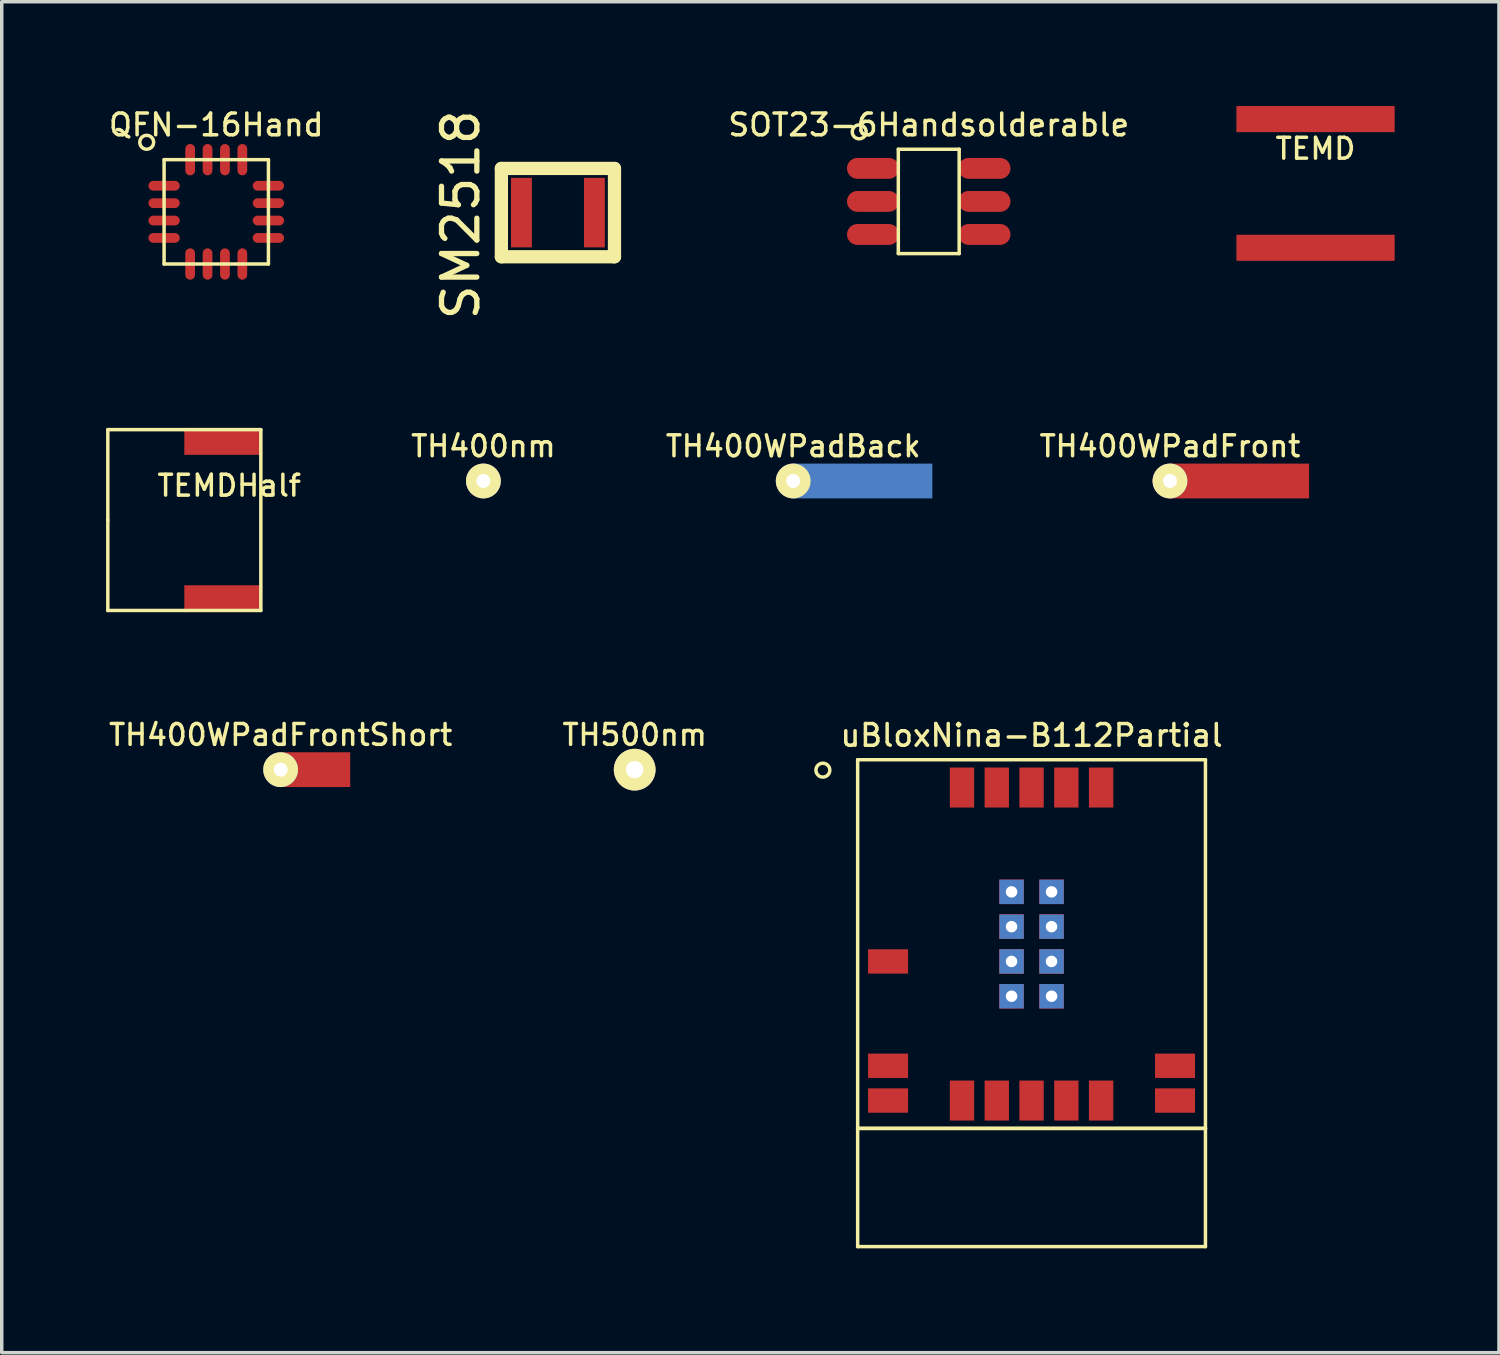
<source format=kicad_pcb>
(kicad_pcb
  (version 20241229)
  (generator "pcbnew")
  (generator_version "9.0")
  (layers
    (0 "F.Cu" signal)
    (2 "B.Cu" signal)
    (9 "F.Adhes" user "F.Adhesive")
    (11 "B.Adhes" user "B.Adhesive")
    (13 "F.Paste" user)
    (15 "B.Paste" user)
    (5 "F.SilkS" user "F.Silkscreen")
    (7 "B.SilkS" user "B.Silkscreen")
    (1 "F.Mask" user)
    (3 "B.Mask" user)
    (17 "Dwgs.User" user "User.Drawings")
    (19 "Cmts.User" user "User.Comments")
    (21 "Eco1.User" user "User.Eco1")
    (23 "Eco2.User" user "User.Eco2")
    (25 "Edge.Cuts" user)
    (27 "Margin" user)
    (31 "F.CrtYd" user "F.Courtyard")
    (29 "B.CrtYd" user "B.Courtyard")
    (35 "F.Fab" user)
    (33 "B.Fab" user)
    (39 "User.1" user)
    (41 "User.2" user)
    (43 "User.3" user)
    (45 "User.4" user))
  (footprint "TEMD"
    (layer "F.Cu")
    (at 34.775 2.225)
    (property "Reference" "TEMD" (at 0 -1 0) (layer "F.SilkS") (effects (font (size 0.6 0.6) (thickness 0.1))))
    (attr through_hole)
    (pad "1" smd rect (at 0 -1.85) (size 4.55 0.75) (layers "F.Cu" "F.Mask" "F.Paste"))
    (pad "2" smd rect (at 0 1.85) (size 4.55 0.75) (layers "F.Cu" "F.Mask" "F.Paste")))
  (footprint "TEMDHalf"
    (layer "F.Cu")
    (at 2.25 11.903)
    (property "Reference" "TEMDHalf" (at 1.29 -0.99 0) (layer "F.SilkS") (effects (font (size 0.6 0.6) (thickness 0.1))))
    (attr through_hole)
    (fp_line (start -2.2 -2.6) (end 2.2 -2.6) (stroke (width 0.1) (type solid)) (layer "F.SilkS"))
    (fp_line (start -2.2 0) (end -2.2 -2.6) (stroke (width 0.1) (type solid)) (layer "F.SilkS"))
    (fp_line (start -2.2 2.6) (end -2.2 0) (stroke (width 0.1) (type solid)) (layer "F.SilkS"))
    (fp_line (start 2.2 -2.6) (end 2.2 2.6) (stroke (width 0.1) (type solid)) (layer "F.SilkS"))
    (fp_line (start 2.2 2.6) (end -2.2 2.6) (stroke (width 0.1) (type solid)) (layer "F.SilkS"))
    (pad "1" smd rect (at 1.1 -2.25) (size 2.2 0.75) (layers "F.Cu" "F.Mask" "F.Paste"))
    (pad "2" smd rect (at 1.1 2.25) (size 2.2 0.75) (layers "F.Cu" "F.Mask" "F.Paste")))
  (footprint "uBloxNina-B112Partial"
    (layer "F.Cu")
    (at 26.61 24.094)
    (property "Reference" "uBloxNina-B112Partial" (at 0 -6 0) (layer "F.SilkS") (effects (font (size 0.625 0.625) (thickness 0.1))))
    (attr through_hole)
    (fp_line (start -5 -5.3) (end -5 5.3) (stroke (width 0.1) (type solid)) (layer "F.SilkS"))
    (fp_line (start -5 5.3) (end -5 8.7) (stroke (width 0.1) (type solid)) (layer "F.SilkS"))
    (fp_line (start -5 5.3) (end 5 5.3) (stroke (width 0.1) (type solid)) (layer "F.SilkS"))
    (fp_line (start -5 8.7) (end 5 8.7) (stroke (width 0.1) (type solid)) (layer "F.SilkS"))
    (fp_line (start 5 -5.3) (end -5 -5.3) (stroke (width 0.1) (type solid)) (layer "F.SilkS"))
    (fp_line (start 5 5.3) (end -5 5.3) (stroke (width 0.1) (type solid)) (layer "F.SilkS"))
    (fp_line (start 5 5.3) (end 5 -5.3) (stroke (width 0.1) (type solid)) (layer "F.SilkS"))
    (fp_line (start 5 8.7) (end 5 5.3) (stroke (width 0.1) (type solid)) (layer "F.SilkS"))
    (fp_circle (center -6 -5) (end -5.859 -4.859) (stroke (width 0.1) (type solid)) (fill no) (layer "F.SilkS"))
    (pad "1" smd rect (at -4.125 3.5 180) (size 1.15 0.7) (layers "F.Cu" "F.Mask" "F.Paste"))
    (pad "2" smd rect (at -4.125 4.5 180) (size 1.15 0.7) (layers "F.Cu" "F.Mask" "F.Paste"))
    (pad "3" smd rect (at 4.125 4.5) (size 1.15 0.7) (layers "F.Cu" "F.Mask" "F.Paste"))
    (pad "4" smd rect (at 4.125 3.5) (size 1.15 0.7) (layers "F.Cu" "F.Mask" "F.Paste"))
    (pad "5" smd rect (at -2 4.5 270) (size 1.15 0.7) (layers "F.Cu" "F.Mask" "F.Paste"))
    (pad "7" smd rect (at 0 4.5 270) (size 1.15 0.7) (layers "F.Cu" "F.Mask" "F.Paste"))
    (pad "9" smd rect (at 2 4.5 270) (size 1.15 0.7) (layers "F.Cu" "F.Mask" "F.Paste"))
    (pad "11" smd rect (at 1 -4.5 90) (size 1.15 0.7) (layers "F.Cu" "F.Mask" "F.Paste"))
    (pad "12" smd rect (at 0 -4.5 90) (size 1.15 0.7) (layers "F.Cu" "F.Mask" "F.Paste"))
    (pad "13" smd rect (at -1 -4.5 90) (size 1.15 0.7) (layers "F.Cu" "F.Mask" "F.Paste"))
    (pad "15" smd rect (at -4.125 0.5) (size 1.15 0.7) (layers "F.Cu" "F.Mask" "F.Paste"))
    (pad "15" smd rect (at -2 -4.5 90) (size 1.15 0.7) (layers "F.Cu" "F.Mask" "F.Paste"))
    (pad "15" smd rect (at -1 4.5 270) (size 1.15 0.7) (layers "F.Cu" "F.Mask" "F.Paste"))
    (pad "15" thru_hole rect (at -0.575 -1.5 180) (size 0.7 0.7) (drill 0.33) (layers "*.Cu" "*.Mask"))
    (pad "15" smd rect (at -0.575 -1.5 180) (size 0.7 0.7) (layers "F.Cu" "F.Mask" "F.Paste"))
    (pad "15" thru_hole rect (at -0.575 -0.5 180) (size 0.7 0.7) (drill 0.33) (layers "*.Cu" "*.Mask"))
    (pad "15" smd rect (at -0.575 -0.5 180) (size 0.7 0.7) (layers "F.Cu" "F.Mask" "F.Paste"))
    (pad "15" thru_hole rect (at -0.575 0.5 180) (size 0.7 0.7) (drill 0.33) (layers "*.Cu" "*.Mask"))
    (pad "15" smd rect (at -0.575 0.5 180) (size 0.7 0.7) (layers "F.Cu" "F.Mask" "F.Paste"))
    (pad "15" thru_hole rect (at -0.575 1.5 180) (size 0.7 0.7) (drill 0.33) (layers "*.Cu" "*.Mask"))
    (pad "15" smd rect (at -0.575 1.5 180) (size 0.7 0.7) (layers "F.Cu" "F.Mask" "F.Paste"))
    (pad "15" thru_hole rect (at 0.575 -1.5) (size 0.7 0.7) (drill 0.33) (layers "*.Cu" "*.Mask"))
    (pad "15" smd rect (at 0.575 -1.5) (size 0.7 0.7) (layers "F.Cu" "F.Mask" "F.Paste"))
    (pad "15" thru_hole rect (at 0.575 -0.5) (size 0.7 0.7) (drill 0.33) (layers "*.Cu" "*.Mask"))
    (pad "15" smd rect (at 0.575 -0.5) (size 0.7 0.7) (layers "F.Cu" "F.Mask" "F.Paste"))
    (pad "15" thru_hole rect (at 0.575 0.5) (size 0.7 0.7) (drill 0.33) (layers "*.Cu" "*.Mask"))
    (pad "15" smd rect (at 0.575 0.5) (size 0.7 0.7) (layers "F.Cu" "F.Mask" "F.Paste"))
    (pad "15" thru_hole rect (at 0.575 1.5) (size 0.7 0.7) (drill 0.33) (layers "*.Cu" "*.Mask"))
    (pad "15" smd rect (at 0.575 1.5) (size 0.7 0.7) (layers "F.Cu" "F.Mask" "F.Paste"))
    (pad "15" smd rect (at 1 4.5 270) (size 1.15 0.7) (layers "F.Cu" "F.Mask" "F.Paste"))
    (pad "15" smd rect (at 2 -4.5 90) (size 1.15 0.7) (layers "F.Cu" "F.Mask" "F.Paste")))
  (footprint "QFN-16Hand"
    (layer "F.Cu")
    (at 3.168 3.041)
    (property "Reference" "QFN-16Hand" (at 0 -2.5 0) (layer "F.SilkS") (effects (font (size 0.625 0.625) (thickness 0.1))))
    (attr through_hole)
    (fp_line (start -1.5 -1.5) (end -1.5 1.5) (stroke (width 0.1) (type solid)) (layer "F.SilkS"))
    (fp_line (start -1.5 1.5) (end 1.5 1.5) (stroke (width 0.1) (type solid)) (layer "F.SilkS"))
    (fp_line (start 1.5 -1.5) (end -1.5 -1.5) (stroke (width 0.1) (type solid)) (layer "F.SilkS"))
    (fp_line (start 1.5 1.5) (end 1.5 -1.5) (stroke (width 0.1) (type solid)) (layer "F.SilkS"))
    (fp_circle (center -2 -2) (end -1.859 -1.859) (stroke (width 0.1) (type solid)) (fill no) (layer "F.SilkS"))
    (pad "1" smd oval (at -1.5 -0.75 180) (size 0.9 0.28) (layers "F.Cu" "F.Mask" "F.Paste"))
    (pad "2" smd oval (at -1.5 -0.25 180) (size 0.9 0.28) (layers "F.Cu" "F.Mask" "F.Paste"))
    (pad "3" smd oval (at -1.5 0.25 180) (size 0.9 0.28) (layers "F.Cu" "F.Mask" "F.Paste"))
    (pad "4" smd oval (at -1.5 0.75 180) (size 0.9 0.28) (layers "F.Cu" "F.Mask" "F.Paste"))
    (pad "5" smd oval (at -0.75 1.5 90) (size 0.9 0.28) (layers "F.Cu" "F.Mask" "F.Paste"))
    (pad "6" smd oval (at -0.25 1.5 90) (size 0.9 0.28) (layers "F.Cu" "F.Mask" "F.Paste"))
    (pad "7" smd oval (at 0.25 1.5 90) (size 0.9 0.28) (layers "F.Cu" "F.Mask" "F.Paste"))
    (pad "8" smd oval (at 0.75 1.5 90) (size 0.9 0.28) (layers "F.Cu" "F.Mask" "F.Paste"))
    (pad "9" smd oval (at 1.5 0.75) (size 0.9 0.28) (layers "F.Cu" "F.Mask" "F.Paste"))
    (pad "10" smd oval (at 1.5 0.25) (size 0.9 0.28) (layers "F.Cu" "F.Mask" "F.Paste"))
    (pad "11" smd oval (at 1.5 -0.25) (size 0.9 0.28) (layers "F.Cu" "F.Mask" "F.Paste"))
    (pad "12" smd oval (at 1.5 -0.75) (size 0.9 0.28) (layers "F.Cu" "F.Mask" "F.Paste"))
    (pad "13" smd oval (at 0.75 -1.5 270) (size 0.9 0.28) (layers "F.Cu" "F.Mask" "F.Paste"))
    (pad "14" smd oval (at 0.25 -1.5 270) (size 0.9 0.28) (layers "F.Cu" "F.Mask" "F.Paste"))
    (pad "15" smd oval (at -0.25 -1.5 270) (size 0.9 0.28) (layers "F.Cu" "F.Mask" "F.Paste"))
    (pad "16" smd oval (at -0.75 -1.5 270) (size 0.9 0.28) (layers "F.Cu" "F.Mask" "F.Paste")))
  (footprint "TH400nm"
    (layer "F.Cu")
    (at 10.849 10.78)
    (property "Reference" "TH400nm" (at 0 -1 0) (layer "F.SilkS") (effects (font (size 0.6 0.6) (thickness 0.1))))
    (attr through_hole)
    (pad "1" thru_hole circle (at 0 0) (size 1 1) (drill 0.4) (layers "*.Cu" "*.Mask" "F.SilkS")))
  (footprint "TH400WPadFront"
    (placed yes)
    (layer "F.Cu")
    (at 30.59 10.78)
    (property "Reference" "TH400WPadFront" (at 0 -1 0) (layer "F.SilkS") (effects (font (size 0.6 0.6) (thickness 0.1))))
    (attr through_hole)
    (pad "1" thru_hole circle (at 0 0) (size 1 1) (drill 0.4) (layers "*.Cu" "*.Mask" "F.SilkS"))
    (pad "1" smd rect (at 2 0) (size 4 1) (layers "F.Cu" "F.Mask" "F.Paste")))
  (footprint "SM2518"
    (layer "F.Cu")
    (at 12.992 3.063)
    (property "Reference" "SM2518" (at -2.794 0.064 90) (layer "F.SilkS") (effects (font (size 1.016 1.016) (thickness 0.152))))
    (attr through_hole)
    (fp_line (start -1.626 -1.27) (end 1.626 -1.27) (stroke (width 0.381) (type solid)) (layer "F.SilkS"))
    (fp_line (start -1.626 1.27) (end -1.626 -1.27) (stroke (width 0.381) (type solid)) (layer "F.SilkS"))
    (fp_line (start 1.626 -1.27) (end 1.626 1.27) (stroke (width 0.381) (type solid)) (layer "F.SilkS"))
    (fp_line (start 1.626 1.27) (end -1.626 1.27) (stroke (width 0.381) (type solid)) (layer "F.SilkS"))
    (pad "1" smd rect (at -1.049 0) (size 0.599 1.999) (layers "F.Cu" "F.Mask" "F.Paste"))
    (pad "2" smd rect (at 1.049 0) (size 0.599 1.999) (layers "F.Cu" "F.Mask" "F.Paste")))
  (footprint "TH400WPadFrontShort"
    (placed yes)
    (layer "F.Cu")
    (at 5.019 19.08)
    (property "Reference" "TH400WPadFrontShort" (at 0 -1 0) (layer "F.SilkS") (effects (font (size 0.6 0.6) (thickness 0.1))))
    (attr through_hole)
    (pad "1" thru_hole circle (at 0 0) (size 1 1) (drill 0.4) (layers "*.Cu" "*.Mask" "F.SilkS"))
    (pad "1" smd rect (at 1 0) (size 2 1) (layers "F.Cu" "F.Mask" "F.Paste")))
  (footprint "TH500nm"
    (layer "F.Cu")
    (at 15.199 19.08)
    (property "Reference" "TH500nm" (at 0 -1 0) (layer "F.SilkS") (effects (font (size 0.6 0.6) (thickness 0.1))))
    (attr through_hole)
    (pad "1" thru_hole circle (at 0 0) (size 1.2 1.2) (drill 0.5) (layers "*.Cu" "*.Mask" "F.SilkS")))
  (footprint "SOT23-6Handsolderable"
    (layer "F.Cu")
    (at 23.654 2.741)
    (property "Reference" "SOT23-6Handsolderable" (at 0 -2.2 0) (layer "F.SilkS") (effects (font (size 0.625 0.625) (thickness 0.1))))
    (attr through_hole)
    (fp_line (start -0.875 -1.5) (end -0.875 1.5) (stroke (width 0.1) (type solid)) (layer "F.SilkS"))
    (fp_line (start -0.875 1.5) (end 0.875 1.5) (stroke (width 0.1) (type solid)) (layer "F.SilkS"))
    (fp_line (start 0.875 -1.5) (end -0.875 -1.5) (stroke (width 0.1) (type solid)) (layer "F.SilkS"))
    (fp_line (start 0.875 1.5) (end 0.875 -1.5) (stroke (width 0.1) (type solid)) (layer "F.SilkS"))
    (fp_circle (center -2 -2) (end -1.859 -1.859) (stroke (width 0.1) (type solid)) (fill no) (layer "F.SilkS"))
    (pad "1" smd oval (at -1.6 -0.95 180) (size 1.5 0.6) (layers "F.Cu" "F.Mask" "F.Paste"))
    (pad "2" smd oval (at -1.6 0 180) (size 1.5 0.6) (layers "F.Cu" "F.Mask" "F.Paste"))
    (pad "3" smd oval (at -1.6 0.95 180) (size 1.5 0.6) (layers "F.Cu" "F.Mask" "F.Paste"))
    (pad "4" smd oval (at 1.6 0.95) (size 1.5 0.6) (layers "F.Cu" "F.Mask" "F.Paste"))
    (pad "5" smd oval (at 1.6 0) (size 1.5 0.6) (layers "F.Cu" "F.Mask" "F.Paste"))
    (pad "6" smd oval (at 1.6 -0.95) (size 1.5 0.6) (layers "F.Cu" "F.Mask" "F.Paste")))
  (footprint "TH400WPadBack"
    (placed yes)
    (layer "F.Cu")
    (at 19.757 10.78)
    (property "Reference" "TH400WPadBack" (at 0 -1 0) (layer "F.SilkS") (effects (font (size 0.6 0.6) (thickness 0.1))))
    (attr through_hole)
    (pad "1" thru_hole circle (at 0 0) (size 1 1) (drill 0.4) (layers "*.Cu" "*.Mask" "F.SilkS"))
    (pad "1" smd rect (at 2 0) (size 4 1) (layers "F.Mask" "B.Cu" "F.Paste")))
  (gr_rect
    (start -3 -3)
    (end 40.05 35.844)
    (stroke (width 0.1) (type default))
    (fill no)
    (layer "Edge.Cuts")))
</source>
